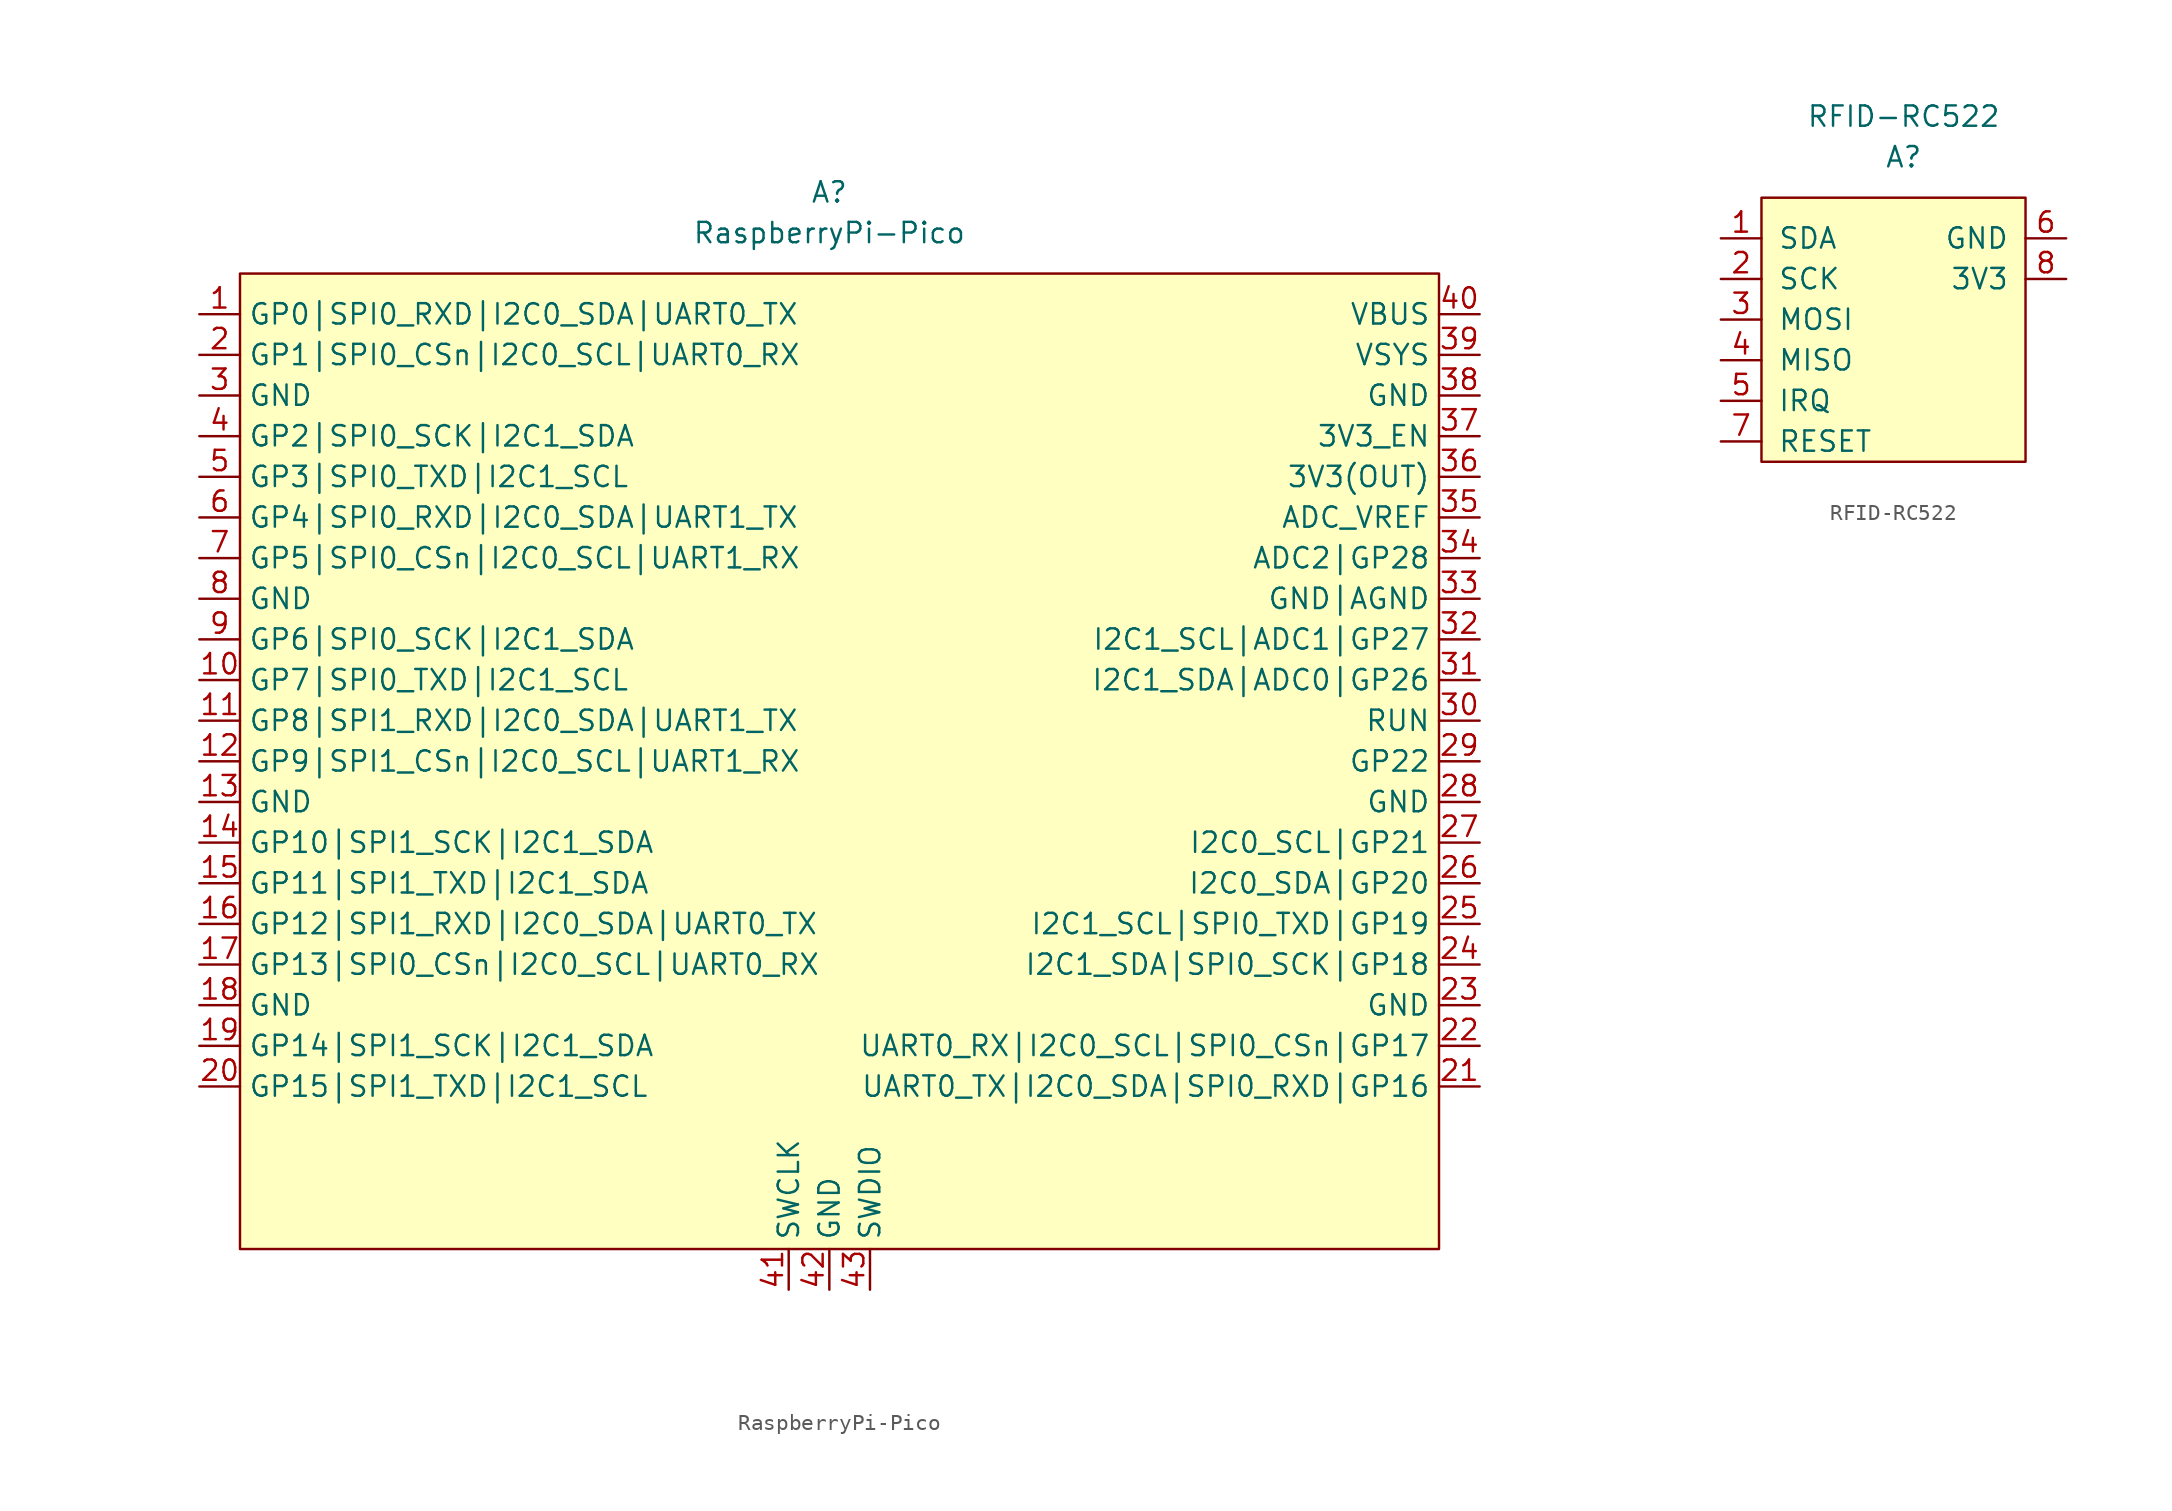
<source format=kicad_sym>
(kicad_symbol_lib
  (version 20220914)
  (generator kicad_symbol_editor)
  (symbol "RaspberryPi-Pico"
    (property "Reference" "A"
      (at 0 5.08 0)
      (effects (font (size 1.27 1.27))))
    (property "Value" "RaspberryPi-Pico"
      (at 0 2.54 0)
      (effects (font (size 1.27 1.27))))
    (symbol "RaspberryPi-Pico_1_1"
      (rectangle (start -36.83 0) (end 38.1 -60.96) (stroke (width 0) (type default)) (fill (type background)))
      (pin bidirectional line (at -39.37 -2.54 0) (length 2.54) (name "GP0|SPI0_RXD|I2C0_SDA|UART0_TX" (effects (font (size 1.27 1.27)))) (number "1" (effects (font (size 1.27 1.27)))))
      (pin bidirectional line (at -39.37 -25.4 0) (length 2.54) (name "GP7|SPI0_TXD|I2C1_SCL" (effects (font (size 1.27 1.27)))) (number "10" (effects (font (size 1.27 1.27)))))
      (pin bidirectional line (at -39.37 -27.94 0) (length 2.54) (name "GP8|SPI1_RXD|I2C0_SDA|UART1_TX" (effects (font (size 1.27 1.27)))) (number "11" (effects (font (size 1.27 1.27)))))
      (pin bidirectional line (at -39.37 -30.48 0) (length 2.54) (name "GP9|SPI1_CSn|I2C0_SCL|UART1_RX" (effects (font (size 1.27 1.27)))) (number "12" (effects (font (size 1.27 1.27)))))
      (pin power_in line (at -39.37 -33.02 0) (length 2.54) (name "GND" (effects (font (size 1.27 1.27)))) (number "13" (effects (font (size 1.27 1.27)))))
      (pin bidirectional line (at -39.37 -35.56 0) (length 2.54) (name "GP10|SPI1_SCK|I2C1_SDA" (effects (font (size 1.27 1.27)))) (number "14" (effects (font (size 1.27 1.27)))))
      (pin bidirectional line (at -39.37 -38.1 0) (length 2.54) (name "GP11|SPI1_TXD|I2C1_SDA" (effects (font (size 1.27 1.27)))) (number "15" (effects (font (size 1.27 1.27)))))
      (pin bidirectional line (at -39.37 -40.64 0) (length 2.54) (name "GP12|SPI1_RXD|I2C0_SDA|UART0_TX" (effects (font (size 1.27 1.27)))) (number "16" (effects (font (size 1.27 1.27)))))
      (pin bidirectional line (at -39.37 -43.18 0) (length 2.54) (name "GP13|SPI0_CSn|I2C0_SCL|UART0_RX" (effects (font (size 1.27 1.27)))) (number "17" (effects (font (size 1.27 1.27)))))
      (pin power_in line (at -39.37 -45.72 0) (length 2.54) (name "GND" (effects (font (size 1.27 1.27)))) (number "18" (effects (font (size 1.27 1.27)))))
      (pin bidirectional line (at -39.37 -48.26 0) (length 2.54) (name "GP14|SPI1_SCK|I2C1_SDA" (effects (font (size 1.27 1.27)))) (number "19" (effects (font (size 1.27 1.27)))))
      (pin bidirectional line (at -39.37 -5.08 0) (length 2.54) (name "GP1|SPI0_CSn|I2C0_SCL|UART0_RX" (effects (font (size 1.27 1.27)))) (number "2" (effects (font (size 1.27 1.27)))))
      (pin bidirectional line (at -39.37 -50.8 0) (length 2.54) (name "GP15|SPI1_TXD|I2C1_SCL" (effects (font (size 1.27 1.27)))) (number "20" (effects (font (size 1.27 1.27)))))
      (pin bidirectional line (at 40.64 -50.8 180) (length 2.54) (name "UART0_TX|I2C0_SDA|SPI0_RXD|GP16" (effects (font (size 1.27 1.27)))) (number "21" (effects (font (size 1.27 1.27)))))
      (pin bidirectional line (at 40.64 -48.26 180) (length 2.54) (name "UART0_RX|I2C0_SCL|SPI0_CSn|GP17" (effects (font (size 1.27 1.27)))) (number "22" (effects (font (size 1.27 1.27)))))
      (pin power_in line (at 40.64 -45.72 180) (length 2.54) (name "GND" (effects (font (size 1.27 1.27)))) (number "23" (effects (font (size 1.27 1.27)))))
      (pin bidirectional line (at 40.64 -43.18 180) (length 2.54) (name "I2C1_SDA|SPI0_SCK|GP18" (effects (font (size 1.27 1.27)))) (number "24" (effects (font (size 1.27 1.27)))))
      (pin bidirectional line (at 40.64 -40.64 180) (length 2.54) (name "I2C1_SCL|SPI0_TXD|GP19" (effects (font (size 1.27 1.27)))) (number "25" (effects (font (size 1.27 1.27)))))
      (pin bidirectional line (at 40.64 -38.1 180) (length 2.54) (name "I2C0_SDA|GP20" (effects (font (size 1.27 1.27)))) (number "26" (effects (font (size 1.27 1.27)))))
      (pin bidirectional line (at 40.64 -35.56 180) (length 2.54) (name "I2C0_SCL|GP21" (effects (font (size 1.27 1.27)))) (number "27" (effects (font (size 1.27 1.27)))))
      (pin power_in line (at 40.64 -33.02 180) (length 2.54) (name "GND" (effects (font (size 1.27 1.27)))) (number "28" (effects (font (size 1.27 1.27)))))
      (pin bidirectional line (at 40.64 -30.48 180) (length 2.54) (name "GP22" (effects (font (size 1.27 1.27)))) (number "29" (effects (font (size 1.27 1.27)))))
      (pin power_in line (at -39.37 -7.62 0) (length 2.54) (name "GND" (effects (font (size 1.27 1.27)))) (number "3" (effects (font (size 1.27 1.27)))))
      (pin input line (at 40.64 -27.94 180) (length 2.54) (name "RUN" (effects (font (size 1.27 1.27)))) (number "30" (effects (font (size 1.27 1.27)))))
      (pin bidirectional line (at 40.64 -25.4 180) (length 2.54) (name "I2C1_SDA|ADC0|GP26" (effects (font (size 1.27 1.27)))) (number "31" (effects (font (size 1.27 1.27)))))
      (pin bidirectional line (at 40.64 -22.86 180) (length 2.54) (name "I2C1_SCL|ADC1|GP27" (effects (font (size 1.27 1.27)))) (number "32" (effects (font (size 1.27 1.27)))))
      (pin input line (at 40.64 -20.32 180) (length 2.54) (name "GND|AGND" (effects (font (size 1.27 1.27)))) (number "33" (effects (font (size 1.27 1.27)))))
      (pin bidirectional line (at 40.64 -17.78 180) (length 2.54) (name "ADC2|GP28" (effects (font (size 1.27 1.27)))) (number "34" (effects (font (size 1.27 1.27)))))
      (pin input line (at 40.64 -15.24 180) (length 2.54) (name "ADC_VREF" (effects (font (size 1.27 1.27)))) (number "35" (effects (font (size 1.27 1.27)))))
      (pin power_out line (at 40.64 -12.7 180) (length 2.54) (name "3V3(OUT)" (effects (font (size 1.27 1.27)))) (number "36" (effects (font (size 1.27 1.27)))))
      (pin input line (at 40.64 -10.16 180) (length 2.54) (name "3V3_EN" (effects (font (size 1.27 1.27)))) (number "37" (effects (font (size 1.27 1.27)))))
      (pin power_in line (at 40.64 -7.62 180) (length 2.54) (name "GND" (effects (font (size 1.27 1.27)))) (number "38" (effects (font (size 1.27 1.27)))))
      (pin power_in line (at 40.64 -5.08 180) (length 2.54) (name "VSYS" (effects (font (size 1.27 1.27)))) (number "39" (effects (font (size 1.27 1.27)))))
      (pin bidirectional line (at -39.37 -10.16 0) (length 2.54) (name "GP2|SPI0_SCK|I2C1_SDA" (effects (font (size 1.27 1.27)))) (number "4" (effects (font (size 1.27 1.27)))))
      (pin power_out line (at 40.64 -2.54 180) (length 2.54) (name "VBUS" (effects (font (size 1.27 1.27)))) (number "40" (effects (font (size 1.27 1.27)))))
      (pin input line (at -2.54 -63.5 90) (length 2.54) (name "SWCLK" (effects (font (size 1.27 1.27)))) (number "41" (effects (font (size 1.27 1.27)))))
      (pin power_in line (at 0 -63.5 90) (length 2.54) (name "GND" (effects (font (size 1.27 1.27)))) (number "42" (effects (font (size 1.27 1.27)))))
      (pin input line (at 2.54 -63.5 90) (length 2.54) (name "SWDIO" (effects (font (size 1.27 1.27)))) (number "43" (effects (font (size 1.27 1.27)))))
      (pin bidirectional line (at -39.37 -12.7 0) (length 2.54) (name "GP3|SPI0_TXD|I2C1_SCL" (effects (font (size 1.27 1.27)))) (number "5" (effects (font (size 1.27 1.27)))))
      (pin bidirectional line (at -39.37 -15.24 0) (length 2.54) (name "GP4|SPI0_RXD|I2C0_SDA|UART1_TX" (effects (font (size 1.27 1.27)))) (number "6" (effects (font (size 1.27 1.27)))))
      (pin bidirectional line (at -39.37 -17.78 0) (length 2.54) (name "GP5|SPI0_CSn|I2C0_SCL|UART1_RX" (effects (font (size 1.27 1.27)))) (number "7" (effects (font (size 1.27 1.27)))))
      (pin power_in line (at -39.37 -20.32 0) (length 2.54) (name "GND" (effects (font (size 1.27 1.27)))) (number "8" (effects (font (size 1.27 1.27)))))
      (pin bidirectional line (at -39.37 -22.86 0) (length 2.54) (name "GP6|SPI0_SCK|I2C1_SDA" (effects (font (size 1.27 1.27)))) (number "9" (effects (font (size 1.27 1.27)))))))
  (symbol "RFID-RC522"
    (pin_names
      (offset 1.016))
    (property "Reference" "A"
      (at 0 3.81 0)
      (effects (font (size 1.27 1.27))))
    (property "Value" "RFID-RC522"
      (at 0 6.35 0)
      (effects (font (size 1.27 1.27))))
    (symbol "RFID-RC522_0_1"
      (rectangle (start -8.89 1.27) (end 7.62 -15.24) (stroke (width 0) (type default)) (fill (type background))))
    (symbol "RFID-RC522_1_1"
      (pin input line (at -11.43 -1.27 0) (length 2.54) (name "SDA" (effects (font (size 1.27 1.27)))) (number "1" (effects (font (size 1.27 1.27)))))
      (pin input line (at -11.43 -3.81 0) (length 2.54) (name "SCK" (effects (font (size 1.27 1.27)))) (number "2" (effects (font (size 1.27 1.27)))))
      (pin input line (at -11.43 -6.35 0) (length 2.54) (name "MOSI" (effects (font (size 1.27 1.27)))) (number "3" (effects (font (size 1.27 1.27)))))
      (pin output line (at -11.43 -8.89 0) (length 2.54) (name "MISO" (effects (font (size 1.27 1.27)))) (number "4" (effects (font (size 1.27 1.27)))))
      (pin output line (at -11.43 -11.43 0) (length 2.54) (name "IRQ" (effects (font (size 1.27 1.27)))) (number "5" (effects (font (size 1.27 1.27)))))
      (pin input line (at 10.16 -1.27 180) (length 2.54) (name "GND" (effects (font (size 1.27 1.27)))) (number "6" (effects (font (size 1.27 1.27)))))
      (pin input line (at -11.43 -13.97 0) (length 2.54) (name "RESET" (effects (font (size 1.27 1.27)))) (number "7" (effects (font (size 1.27 1.27)))))
      (pin input line (at 10.16 -3.81 180) (length 2.54) (name "3V3" (effects (font (size 1.27 1.27)))) (number "8" (effects (font (size 1.27 1.27))))))))
</source>
